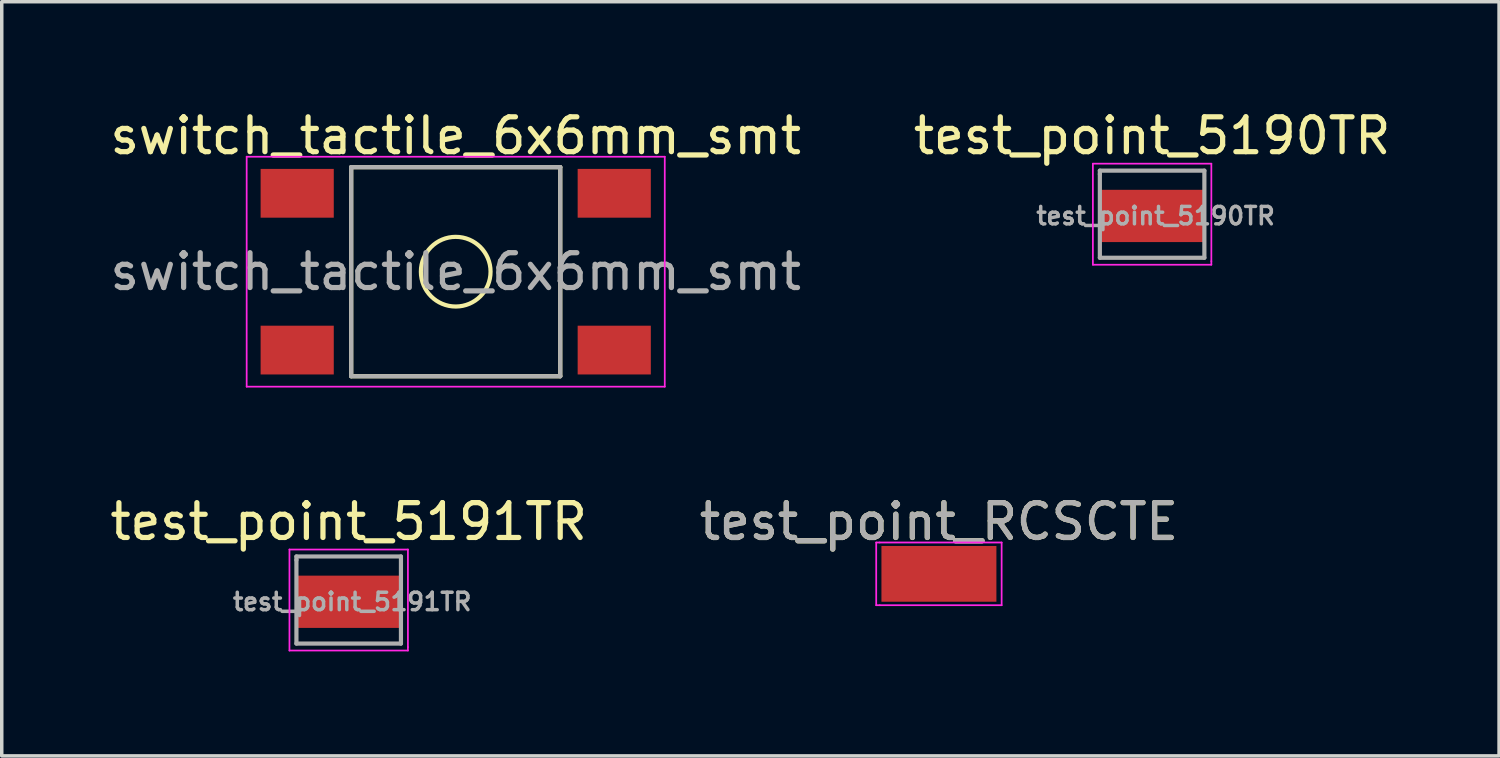
<source format=kicad_pcb>
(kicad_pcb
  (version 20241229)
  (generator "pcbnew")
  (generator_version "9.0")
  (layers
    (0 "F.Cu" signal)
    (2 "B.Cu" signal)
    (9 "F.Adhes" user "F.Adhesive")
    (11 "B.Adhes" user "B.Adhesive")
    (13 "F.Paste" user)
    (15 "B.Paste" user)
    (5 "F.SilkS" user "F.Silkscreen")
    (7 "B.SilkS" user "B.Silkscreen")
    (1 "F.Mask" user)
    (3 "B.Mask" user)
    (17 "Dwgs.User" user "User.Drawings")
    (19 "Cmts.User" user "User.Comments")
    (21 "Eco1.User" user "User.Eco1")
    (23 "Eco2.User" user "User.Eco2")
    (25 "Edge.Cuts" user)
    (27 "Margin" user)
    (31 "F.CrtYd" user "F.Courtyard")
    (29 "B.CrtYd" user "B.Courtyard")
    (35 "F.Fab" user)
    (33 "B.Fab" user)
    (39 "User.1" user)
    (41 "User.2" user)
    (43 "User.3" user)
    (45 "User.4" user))
  (footprint "test_point_RCSCTE"
    (layer "F.Cu")
    (at 23.899 13.421)
    (property "Reference" "test_point_RCSCTE" (at 0 -1.5 0) (layer "F.SilkS") (effects (font (size 1 1) (thickness 0.15))))
    (attr through_hole)
    (fp_line (start -1.8 -0.9) (end -1.8 0.9) (stroke (width 0.05) (type solid)) (layer "F.CrtYd"))
    (fp_line (start -1.8 0.9) (end -1.7 0.9) (stroke (width 0.05) (type solid)) (layer "F.CrtYd"))
    (fp_line (start -1.7 -0.9) (end -1.8 -0.9) (stroke (width 0.05) (type solid)) (layer "F.CrtYd"))
    (fp_line (start -1.7 -0.9) (end 1.8 -0.9) (stroke (width 0.05) (type solid)) (layer "F.CrtYd"))
    (fp_line (start 1.8 -0.9) (end 1.8 0.9) (stroke (width 0.05) (type solid)) (layer "F.CrtYd"))
    (fp_line (start 1.8 0.9) (end -1.7 0.9) (stroke (width 0.05) (type solid)) (layer "F.CrtYd"))
    (fp_text user "${REFERENCE}" (at 0 -1.5 0) (layer "F.Fab") (effects (font (size 1 1) (thickness 0.15))))
    (pad "1" smd rect (at 0 0) (size 3.3 1.6) (layers "F.Cu" "F.Mask" "F.Paste")))
  (footprint "test_point_5190TR"
    (layer "F.Cu")
    (at 30.018 3.148)
    (property "Reference" "test_point_5190TR" (at 0 -2.3 0) (layer "F.SilkS") (effects (font (size 1 1) (thickness 0.15))))
    (attr through_hole)
    (fp_line (start -1.7 -1.5) (end 1.7 -1.5) (stroke (width 0.05) (type solid)) (layer "F.CrtYd"))
    (fp_line (start -1.7 1.4) (end -1.7 -1.5) (stroke (width 0.05) (type solid)) (layer "F.CrtYd"))
    (fp_line (start 1.7 -1.5) (end 1.7 1.3) (stroke (width 0.05) (type solid)) (layer "F.CrtYd"))
    (fp_line (start 1.7 1.3) (end 1.7 1.4) (stroke (width 0.05) (type solid)) (layer "F.CrtYd"))
    (fp_line (start 1.7 1.4) (end -1.7 1.4) (stroke (width 0.05) (type solid)) (layer "F.CrtYd"))
    (fp_line (start -1.5 -1.3) (end 1.5 -1.3) (stroke (width 0.12) (type solid)) (layer "F.Fab"))
    (fp_line (start -1.5 -1.2) (end -1.5 -1.3) (stroke (width 0.12) (type solid)) (layer "F.Fab"))
    (fp_line (start -1.5 1.2) (end -1.5 -1.2) (stroke (width 0.12) (type solid)) (layer "F.Fab"))
    (fp_line (start 1.5 -1.3) (end 1.5 1.2) (stroke (width 0.12) (type solid)) (layer "F.Fab"))
    (fp_line (start 1.5 1.2) (end -1.5 1.2) (stroke (width 0.12) (type solid)) (layer "F.Fab"))
    (fp_text user "${REFERENCE}" (at 0.1 0 0) (layer "F.Fab") (effects (font (size 0.5 0.5) (thickness 0.1))))
    (pad "1" smd rect (at 0 0 90) (size 1.5 3) (layers "F.Cu" "F.Mask" "F.Paste")))
  (footprint "switch_tactile_6x6mm_smt"
    (layer "F.Cu")
    (at 10.03 4.748)
    (property "Reference" "switch_tactile_6x6mm_smt" (at 0 -3.9 0) (layer "F.SilkS") (effects (font (size 1 1) (thickness 0.15))))
    (attr through_hole)
    (fp_line (start -3 -3) (end 3 -3) (stroke (width 0.12) (type solid)) (layer "F.SilkS"))
    (fp_line (start -3 3) (end -3 -3) (stroke (width 0.12) (type solid)) (layer "F.SilkS"))
    (fp_line (start 3 -3) (end 3 3) (stroke (width 0.12) (type solid)) (layer "F.SilkS"))
    (fp_line (start 3 3) (end -3 3) (stroke (width 0.12) (type solid)) (layer "F.SilkS"))
    (fp_circle (center 0 0) (end 0 1) (stroke (width 0.12) (type solid)) (fill no) (layer "F.SilkS"))
    (fp_line (start -6 -3.3) (end 6 -3.3) (stroke (width 0.05) (type solid)) (layer "F.CrtYd"))
    (fp_line (start -6 3.3) (end -6 -3.3) (stroke (width 0.05) (type solid)) (layer "F.CrtYd"))
    (fp_line (start 6 -3.3) (end 6 3.3) (stroke (width 0.05) (type solid)) (layer "F.CrtYd"))
    (fp_line (start 6 3.3) (end -6 3.3) (stroke (width 0.05) (type solid)) (layer "F.CrtYd"))
    (fp_line (start -3 -3) (end 3 -3) (stroke (width 0.12) (type solid)) (layer "F.Fab"))
    (fp_line (start -3 3) (end -3 -3) (stroke (width 0.12) (type solid)) (layer "F.Fab"))
    (fp_line (start 3 -3) (end 3 3) (stroke (width 0.12) (type solid)) (layer "F.Fab"))
    (fp_line (start 3 3) (end -3 3) (stroke (width 0.12) (type solid)) (layer "F.Fab"))
    (fp_text user "${REFERENCE}" (at 0 0 0) (layer "F.Fab") (effects (font (size 1 1) (thickness 0.15))))
    (pad "1" smd rect (at -4.55 -2.25) (size 2.1 1.4) (layers "F.Cu" "F.Mask" "F.Paste"))
    (pad "1" smd rect (at 4.55 -2.25) (size 2.1 1.4) (layers "F.Cu" "F.Mask" "F.Paste"))
    (pad "2" smd rect (at -4.55 2.25) (size 2.1 1.4) (layers "F.Cu" "F.Mask" "F.Paste"))
    (pad "2" smd rect (at 4.55 2.25 180) (size 2.1 1.4) (layers "F.Cu" "F.Mask" "F.Paste")))
  (footprint "test_point_5191TR"
    (layer "F.Cu")
    (at 6.958 14.222)
    (property "Reference" "test_point_5191TR" (at 0 -2.3 0) (layer "F.SilkS") (effects (font (size 1 1) (thickness 0.15))))
    (attr through_hole)
    (fp_line (start -1.7 -1.5) (end 1.7 -1.5) (stroke (width 0.05) (type solid)) (layer "F.CrtYd"))
    (fp_line (start -1.7 1.4) (end -1.7 -1.5) (stroke (width 0.05) (type solid)) (layer "F.CrtYd"))
    (fp_line (start 1.7 -1.5) (end 1.7 1.3) (stroke (width 0.05) (type solid)) (layer "F.CrtYd"))
    (fp_line (start 1.7 1.3) (end 1.7 1.4) (stroke (width 0.05) (type solid)) (layer "F.CrtYd"))
    (fp_line (start 1.7 1.4) (end -1.7 1.4) (stroke (width 0.05) (type solid)) (layer "F.CrtYd"))
    (fp_line (start -1.5 -1.3) (end 1.5 -1.3) (stroke (width 0.12) (type solid)) (layer "F.Fab"))
    (fp_line (start -1.5 -1.2) (end -1.5 -1.3) (stroke (width 0.12) (type solid)) (layer "F.Fab"))
    (fp_line (start -1.5 1.2) (end -1.5 -1.2) (stroke (width 0.12) (type solid)) (layer "F.Fab"))
    (fp_line (start 1.5 -1.3) (end 1.5 1.2) (stroke (width 0.12) (type solid)) (layer "F.Fab"))
    (fp_line (start 1.5 1.2) (end -1.5 1.2) (stroke (width 0.12) (type solid)) (layer "F.Fab"))
    (fp_text user "${REFERENCE}" (at 0.1 0 0) (layer "F.Fab") (effects (font (size 0.5 0.5) (thickness 0.1))))
    (pad "1" smd rect (at 0 0 90) (size 1.5 3) (layers "F.Cu" "F.Mask" "F.Paste")))
  (gr_rect
    (start -3 -3)
    (end 39.976 18.646)
    (stroke (width 0.1) (type default))
    (fill no)
    (layer "Edge.Cuts")))
</source>
